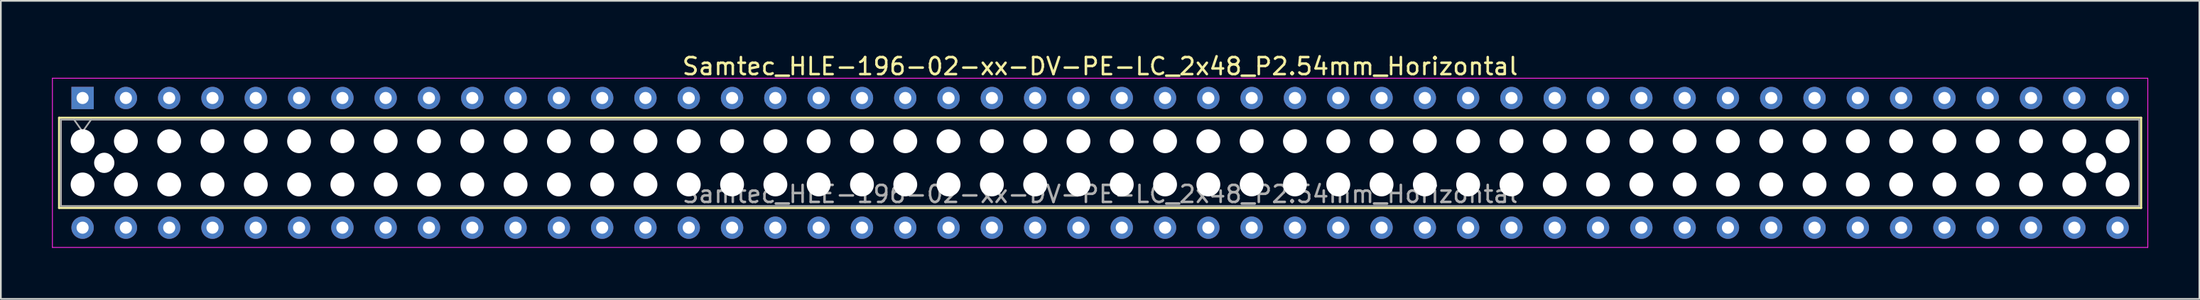
<source format=kicad_pcb>
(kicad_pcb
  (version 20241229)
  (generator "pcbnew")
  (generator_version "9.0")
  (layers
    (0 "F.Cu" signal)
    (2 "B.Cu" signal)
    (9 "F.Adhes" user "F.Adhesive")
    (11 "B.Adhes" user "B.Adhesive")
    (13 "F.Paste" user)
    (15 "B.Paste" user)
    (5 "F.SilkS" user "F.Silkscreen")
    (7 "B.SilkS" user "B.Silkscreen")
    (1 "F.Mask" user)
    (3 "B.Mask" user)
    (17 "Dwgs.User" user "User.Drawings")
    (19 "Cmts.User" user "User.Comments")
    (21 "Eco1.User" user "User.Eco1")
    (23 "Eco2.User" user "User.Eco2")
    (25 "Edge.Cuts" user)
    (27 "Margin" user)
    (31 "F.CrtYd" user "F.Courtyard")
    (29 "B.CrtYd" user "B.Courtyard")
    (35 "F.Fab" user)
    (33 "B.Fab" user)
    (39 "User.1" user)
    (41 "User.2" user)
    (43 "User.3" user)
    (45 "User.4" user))
  (footprint "Samtec_HLE-196-02-xx-DV-PE-LC_2x48_P2.54mm_Horizontal"
    (layer "F.Cu")
    (at 1.795 2.708)
    (property "Reference" "Samtec_HLE-196-02-xx-DV-PE-LC_2x48_P2.54mm_Horizontal" (at 59.69 -1.86 0) (layer "F.SilkS") (effects (font (size 1 1) (thickness 0.15))))
    (attr through_hole)
    (fp_line (start -1.38 1.16) (end 120.76 1.16) (stroke (width 0.12) (type solid)) (layer "F.SilkS"))
    (fp_line (start -1.38 6.46) (end -1.38 1.16) (stroke (width 0.12) (type solid)) (layer "F.SilkS"))
    (fp_line (start 120.76 1.16) (end 120.76 6.46) (stroke (width 0.12) (type solid)) (layer "F.SilkS"))
    (fp_line (start 120.76 6.46) (end -1.38 6.46) (stroke (width 0.12) (type solid)) (layer "F.SilkS"))
    (fp_line (start -1.77 -1.16) (end 121.15 -1.16) (stroke (width 0.05) (type solid)) (layer "F.CrtYd"))
    (fp_line (start -1.77 8.78) (end -1.77 -1.16) (stroke (width 0.05) (type solid)) (layer "F.CrtYd"))
    (fp_line (start 121.15 -1.16) (end 121.15 8.78) (stroke (width 0.05) (type solid)) (layer "F.CrtYd"))
    (fp_line (start 121.15 8.78) (end -1.77 8.78) (stroke (width 0.05) (type solid)) (layer "F.CrtYd"))
    (fp_line (start -1.27 1.27) (end 120.65 1.27) (stroke (width 0.1) (type solid)) (layer "F.Fab"))
    (fp_line (start -1.27 6.35) (end -1.27 1.27) (stroke (width 0.1) (type solid)) (layer "F.Fab"))
    (fp_line (start -0.5 1.27) (end 0 1.977) (stroke (width 0.1) (type solid)) (layer "F.Fab"))
    (fp_line (start 0 1.977) (end 0.5 1.27) (stroke (width 0.1) (type solid)) (layer "F.Fab"))
    (fp_line (start 120.65 1.27) (end 120.65 6.35) (stroke (width 0.1) (type solid)) (layer "F.Fab"))
    (fp_line (start 120.65 6.35) (end -1.27 6.35) (stroke (width 0.1) (type solid)) (layer "F.Fab"))
    (fp_text user "${REFERENCE}" (at 59.69 5.65 0) (layer "F.Fab") (effects (font (size 1 1) (thickness 0.15))))
    (pad "" np_thru_hole circle (at 0 2.54) (size 1.4 1.4) (drill 1.4) (layers "*.Cu" "*.Mask"))
    (pad "" np_thru_hole circle (at 0 5.08) (size 1.4 1.4) (drill 1.4) (layers "*.Cu" "*.Mask"))
    (pad "" np_thru_hole circle (at 1.27 3.81) (size 1.19 1.19) (drill 1.19) (layers "*.Cu" "*.Mask"))
    (pad "" np_thru_hole circle (at 2.54 2.54) (size 1.4 1.4) (drill 1.4) (layers "*.Cu" "*.Mask"))
    (pad "" np_thru_hole circle (at 2.54 5.08) (size 1.4 1.4) (drill 1.4) (layers "*.Cu" "*.Mask"))
    (pad "" np_thru_hole circle (at 5.08 2.54) (size 1.4 1.4) (drill 1.4) (layers "*.Cu" "*.Mask"))
    (pad "" np_thru_hole circle (at 5.08 5.08) (size 1.4 1.4) (drill 1.4) (layers "*.Cu" "*.Mask"))
    (pad "" np_thru_hole circle (at 7.62 2.54) (size 1.4 1.4) (drill 1.4) (layers "*.Cu" "*.Mask"))
    (pad "" np_thru_hole circle (at 7.62 5.08) (size 1.4 1.4) (drill 1.4) (layers "*.Cu" "*.Mask"))
    (pad "" np_thru_hole circle (at 10.16 2.54) (size 1.4 1.4) (drill 1.4) (layers "*.Cu" "*.Mask"))
    (pad "" np_thru_hole circle (at 10.16 5.08) (size 1.4 1.4) (drill 1.4) (layers "*.Cu" "*.Mask"))
    (pad "" np_thru_hole circle (at 12.7 2.54) (size 1.4 1.4) (drill 1.4) (layers "*.Cu" "*.Mask"))
    (pad "" np_thru_hole circle (at 12.7 5.08) (size 1.4 1.4) (drill 1.4) (layers "*.Cu" "*.Mask"))
    (pad "" np_thru_hole circle (at 15.24 2.54) (size 1.4 1.4) (drill 1.4) (layers "*.Cu" "*.Mask"))
    (pad "" np_thru_hole circle (at 15.24 5.08) (size 1.4 1.4) (drill 1.4) (layers "*.Cu" "*.Mask"))
    (pad "" np_thru_hole circle (at 17.78 2.54) (size 1.4 1.4) (drill 1.4) (layers "*.Cu" "*.Mask"))
    (pad "" np_thru_hole circle (at 17.78 5.08) (size 1.4 1.4) (drill 1.4) (layers "*.Cu" "*.Mask"))
    (pad "" np_thru_hole circle (at 20.32 2.54) (size 1.4 1.4) (drill 1.4) (layers "*.Cu" "*.Mask"))
    (pad "" np_thru_hole circle (at 20.32 5.08) (size 1.4 1.4) (drill 1.4) (layers "*.Cu" "*.Mask"))
    (pad "" np_thru_hole circle (at 22.86 2.54) (size 1.4 1.4) (drill 1.4) (layers "*.Cu" "*.Mask"))
    (pad "" np_thru_hole circle (at 22.86 5.08) (size 1.4 1.4) (drill 1.4) (layers "*.Cu" "*.Mask"))
    (pad "" np_thru_hole circle (at 25.4 2.54) (size 1.4 1.4) (drill 1.4) (layers "*.Cu" "*.Mask"))
    (pad "" np_thru_hole circle (at 25.4 5.08) (size 1.4 1.4) (drill 1.4) (layers "*.Cu" "*.Mask"))
    (pad "" np_thru_hole circle (at 27.94 2.54) (size 1.4 1.4) (drill 1.4) (layers "*.Cu" "*.Mask"))
    (pad "" np_thru_hole circle (at 27.94 5.08) (size 1.4 1.4) (drill 1.4) (layers "*.Cu" "*.Mask"))
    (pad "" np_thru_hole circle (at 30.48 2.54) (size 1.4 1.4) (drill 1.4) (layers "*.Cu" "*.Mask"))
    (pad "" np_thru_hole circle (at 30.48 5.08) (size 1.4 1.4) (drill 1.4) (layers "*.Cu" "*.Mask"))
    (pad "" np_thru_hole circle (at 33.02 2.54) (size 1.4 1.4) (drill 1.4) (layers "*.Cu" "*.Mask"))
    (pad "" np_thru_hole circle (at 33.02 5.08) (size 1.4 1.4) (drill 1.4) (layers "*.Cu" "*.Mask"))
    (pad "" np_thru_hole circle (at 35.56 2.54) (size 1.4 1.4) (drill 1.4) (layers "*.Cu" "*.Mask"))
    (pad "" np_thru_hole circle (at 35.56 5.08) (size 1.4 1.4) (drill 1.4) (layers "*.Cu" "*.Mask"))
    (pad "" np_thru_hole circle (at 38.1 2.54) (size 1.4 1.4) (drill 1.4) (layers "*.Cu" "*.Mask"))
    (pad "" np_thru_hole circle (at 38.1 5.08) (size 1.4 1.4) (drill 1.4) (layers "*.Cu" "*.Mask"))
    (pad "" np_thru_hole circle (at 40.64 2.54) (size 1.4 1.4) (drill 1.4) (layers "*.Cu" "*.Mask"))
    (pad "" np_thru_hole circle (at 40.64 5.08) (size 1.4 1.4) (drill 1.4) (layers "*.Cu" "*.Mask"))
    (pad "" np_thru_hole circle (at 43.18 2.54) (size 1.4 1.4) (drill 1.4) (layers "*.Cu" "*.Mask"))
    (pad "" np_thru_hole circle (at 43.18 5.08) (size 1.4 1.4) (drill 1.4) (layers "*.Cu" "*.Mask"))
    (pad "" np_thru_hole circle (at 45.72 2.54) (size 1.4 1.4) (drill 1.4) (layers "*.Cu" "*.Mask"))
    (pad "" np_thru_hole circle (at 45.72 5.08) (size 1.4 1.4) (drill 1.4) (layers "*.Cu" "*.Mask"))
    (pad "" np_thru_hole circle (at 48.26 2.54) (size 1.4 1.4) (drill 1.4) (layers "*.Cu" "*.Mask"))
    (pad "" np_thru_hole circle (at 48.26 5.08) (size 1.4 1.4) (drill 1.4) (layers "*.Cu" "*.Mask"))
    (pad "" np_thru_hole circle (at 50.8 2.54) (size 1.4 1.4) (drill 1.4) (layers "*.Cu" "*.Mask"))
    (pad "" np_thru_hole circle (at 50.8 5.08) (size 1.4 1.4) (drill 1.4) (layers "*.Cu" "*.Mask"))
    (pad "" np_thru_hole circle (at 53.34 2.54) (size 1.4 1.4) (drill 1.4) (layers "*.Cu" "*.Mask"))
    (pad "" np_thru_hole circle (at 53.34 5.08) (size 1.4 1.4) (drill 1.4) (layers "*.Cu" "*.Mask"))
    (pad "" np_thru_hole circle (at 55.88 2.54) (size 1.4 1.4) (drill 1.4) (layers "*.Cu" "*.Mask"))
    (pad "" np_thru_hole circle (at 55.88 5.08) (size 1.4 1.4) (drill 1.4) (layers "*.Cu" "*.Mask"))
    (pad "" np_thru_hole circle (at 58.42 2.54) (size 1.4 1.4) (drill 1.4) (layers "*.Cu" "*.Mask"))
    (pad "" np_thru_hole circle (at 58.42 5.08) (size 1.4 1.4) (drill 1.4) (layers "*.Cu" "*.Mask"))
    (pad "" np_thru_hole circle (at 60.96 2.54) (size 1.4 1.4) (drill 1.4) (layers "*.Cu" "*.Mask"))
    (pad "" np_thru_hole circle (at 60.96 5.08) (size 1.4 1.4) (drill 1.4) (layers "*.Cu" "*.Mask"))
    (pad "" np_thru_hole circle (at 63.5 2.54) (size 1.4 1.4) (drill 1.4) (layers "*.Cu" "*.Mask"))
    (pad "" np_thru_hole circle (at 63.5 5.08) (size 1.4 1.4) (drill 1.4) (layers "*.Cu" "*.Mask"))
    (pad "" np_thru_hole circle (at 66.04 2.54) (size 1.4 1.4) (drill 1.4) (layers "*.Cu" "*.Mask"))
    (pad "" np_thru_hole circle (at 66.04 5.08) (size 1.4 1.4) (drill 1.4) (layers "*.Cu" "*.Mask"))
    (pad "" np_thru_hole circle (at 68.58 2.54) (size 1.4 1.4) (drill 1.4) (layers "*.Cu" "*.Mask"))
    (pad "" np_thru_hole circle (at 68.58 5.08) (size 1.4 1.4) (drill 1.4) (layers "*.Cu" "*.Mask"))
    (pad "" np_thru_hole circle (at 71.12 2.54) (size 1.4 1.4) (drill 1.4) (layers "*.Cu" "*.Mask"))
    (pad "" np_thru_hole circle (at 71.12 5.08) (size 1.4 1.4) (drill 1.4) (layers "*.Cu" "*.Mask"))
    (pad "" np_thru_hole circle (at 73.66 2.54) (size 1.4 1.4) (drill 1.4) (layers "*.Cu" "*.Mask"))
    (pad "" np_thru_hole circle (at 73.66 5.08) (size 1.4 1.4) (drill 1.4) (layers "*.Cu" "*.Mask"))
    (pad "" np_thru_hole circle (at 76.2 2.54) (size 1.4 1.4) (drill 1.4) (layers "*.Cu" "*.Mask"))
    (pad "" np_thru_hole circle (at 76.2 5.08) (size 1.4 1.4) (drill 1.4) (layers "*.Cu" "*.Mask"))
    (pad "" np_thru_hole circle (at 78.74 2.54) (size 1.4 1.4) (drill 1.4) (layers "*.Cu" "*.Mask"))
    (pad "" np_thru_hole circle (at 78.74 5.08) (size 1.4 1.4) (drill 1.4) (layers "*.Cu" "*.Mask"))
    (pad "" np_thru_hole circle (at 81.28 2.54) (size 1.4 1.4) (drill 1.4) (layers "*.Cu" "*.Mask"))
    (pad "" np_thru_hole circle (at 81.28 5.08) (size 1.4 1.4) (drill 1.4) (layers "*.Cu" "*.Mask"))
    (pad "" np_thru_hole circle (at 83.82 2.54) (size 1.4 1.4) (drill 1.4) (layers "*.Cu" "*.Mask"))
    (pad "" np_thru_hole circle (at 83.82 5.08) (size 1.4 1.4) (drill 1.4) (layers "*.Cu" "*.Mask"))
    (pad "" np_thru_hole circle (at 86.36 2.54) (size 1.4 1.4) (drill 1.4) (layers "*.Cu" "*.Mask"))
    (pad "" np_thru_hole circle (at 86.36 5.08) (size 1.4 1.4) (drill 1.4) (layers "*.Cu" "*.Mask"))
    (pad "" np_thru_hole circle (at 88.9 2.54) (size 1.4 1.4) (drill 1.4) (layers "*.Cu" "*.Mask"))
    (pad "" np_thru_hole circle (at 88.9 5.08) (size 1.4 1.4) (drill 1.4) (layers "*.Cu" "*.Mask"))
    (pad "" np_thru_hole circle (at 91.44 2.54) (size 1.4 1.4) (drill 1.4) (layers "*.Cu" "*.Mask"))
    (pad "" np_thru_hole circle (at 91.44 5.08) (size 1.4 1.4) (drill 1.4) (layers "*.Cu" "*.Mask"))
    (pad "" np_thru_hole circle (at 93.98 2.54) (size 1.4 1.4) (drill 1.4) (layers "*.Cu" "*.Mask"))
    (pad "" np_thru_hole circle (at 93.98 5.08) (size 1.4 1.4) (drill 1.4) (layers "*.Cu" "*.Mask"))
    (pad "" np_thru_hole circle (at 96.52 2.54) (size 1.4 1.4) (drill 1.4) (layers "*.Cu" "*.Mask"))
    (pad "" np_thru_hole circle (at 96.52 5.08) (size 1.4 1.4) (drill 1.4) (layers "*.Cu" "*.Mask"))
    (pad "" np_thru_hole circle (at 99.06 2.54) (size 1.4 1.4) (drill 1.4) (layers "*.Cu" "*.Mask"))
    (pad "" np_thru_hole circle (at 99.06 5.08) (size 1.4 1.4) (drill 1.4) (layers "*.Cu" "*.Mask"))
    (pad "" np_thru_hole circle (at 101.6 2.54) (size 1.4 1.4) (drill 1.4) (layers "*.Cu" "*.Mask"))
    (pad "" np_thru_hole circle (at 101.6 5.08) (size 1.4 1.4) (drill 1.4) (layers "*.Cu" "*.Mask"))
    (pad "" np_thru_hole circle (at 104.14 2.54) (size 1.4 1.4) (drill 1.4) (layers "*.Cu" "*.Mask"))
    (pad "" np_thru_hole circle (at 104.14 5.08) (size 1.4 1.4) (drill 1.4) (layers "*.Cu" "*.Mask"))
    (pad "" np_thru_hole circle (at 106.68 2.54) (size 1.4 1.4) (drill 1.4) (layers "*.Cu" "*.Mask"))
    (pad "" np_thru_hole circle (at 106.68 5.08) (size 1.4 1.4) (drill 1.4) (layers "*.Cu" "*.Mask"))
    (pad "" np_thru_hole circle (at 109.22 2.54) (size 1.4 1.4) (drill 1.4) (layers "*.Cu" "*.Mask"))
    (pad "" np_thru_hole circle (at 109.22 5.08) (size 1.4 1.4) (drill 1.4) (layers "*.Cu" "*.Mask"))
    (pad "" np_thru_hole circle (at 111.76 2.54) (size 1.4 1.4) (drill 1.4) (layers "*.Cu" "*.Mask"))
    (pad "" np_thru_hole circle (at 111.76 5.08) (size 1.4 1.4) (drill 1.4) (layers "*.Cu" "*.Mask"))
    (pad "" np_thru_hole circle (at 114.3 2.54) (size 1.4 1.4) (drill 1.4) (layers "*.Cu" "*.Mask"))
    (pad "" np_thru_hole circle (at 114.3 5.08) (size 1.4 1.4) (drill 1.4) (layers "*.Cu" "*.Mask"))
    (pad "" np_thru_hole circle (at 116.84 2.54) (size 1.4 1.4) (drill 1.4) (layers "*.Cu" "*.Mask"))
    (pad "" np_thru_hole circle (at 116.84 5.08) (size 1.4 1.4) (drill 1.4) (layers "*.Cu" "*.Mask"))
    (pad "" np_thru_hole circle (at 118.11 3.81) (size 1.19 1.19) (drill 1.19) (layers "*.Cu" "*.Mask"))
    (pad "" np_thru_hole circle (at 119.38 2.54) (size 1.4 1.4) (drill 1.4) (layers "*.Cu" "*.Mask"))
    (pad "" np_thru_hole circle (at 119.38 5.08) (size 1.4 1.4) (drill 1.4) (layers "*.Cu" "*.Mask"))
    (pad "1" thru_hole rect (at 0 0) (size 1.31 1.31) (drill 0.71) (layers "*.Cu" "*.Mask"))
    (pad "2" thru_hole circle (at 0 7.62) (size 1.31 1.31) (drill 0.71) (layers "*.Cu" "*.Mask"))
    (pad "3" thru_hole circle (at 2.54 0) (size 1.31 1.31) (drill 0.71) (layers "*.Cu" "*.Mask"))
    (pad "4" thru_hole circle (at 2.54 7.62) (size 1.31 1.31) (drill 0.71) (layers "*.Cu" "*.Mask"))
    (pad "5" thru_hole circle (at 5.08 0) (size 1.31 1.31) (drill 0.71) (layers "*.Cu" "*.Mask"))
    (pad "6" thru_hole circle (at 5.08 7.62) (size 1.31 1.31) (drill 0.71) (layers "*.Cu" "*.Mask"))
    (pad "7" thru_hole circle (at 7.62 0) (size 1.31 1.31) (drill 0.71) (layers "*.Cu" "*.Mask"))
    (pad "8" thru_hole circle (at 7.62 7.62) (size 1.31 1.31) (drill 0.71) (layers "*.Cu" "*.Mask"))
    (pad "9" thru_hole circle (at 10.16 0) (size 1.31 1.31) (drill 0.71) (layers "*.Cu" "*.Mask"))
    (pad "10" thru_hole circle (at 10.16 7.62) (size 1.31 1.31) (drill 0.71) (layers "*.Cu" "*.Mask"))
    (pad "11" thru_hole circle (at 12.7 0) (size 1.31 1.31) (drill 0.71) (layers "*.Cu" "*.Mask"))
    (pad "12" thru_hole circle (at 12.7 7.62) (size 1.31 1.31) (drill 0.71) (layers "*.Cu" "*.Mask"))
    (pad "13" thru_hole circle (at 15.24 0) (size 1.31 1.31) (drill 0.71) (layers "*.Cu" "*.Mask"))
    (pad "14" thru_hole circle (at 15.24 7.62) (size 1.31 1.31) (drill 0.71) (layers "*.Cu" "*.Mask"))
    (pad "15" thru_hole circle (at 17.78 0) (size 1.31 1.31) (drill 0.71) (layers "*.Cu" "*.Mask"))
    (pad "16" thru_hole circle (at 17.78 7.62) (size 1.31 1.31) (drill 0.71) (layers "*.Cu" "*.Mask"))
    (pad "17" thru_hole circle (at 20.32 0) (size 1.31 1.31) (drill 0.71) (layers "*.Cu" "*.Mask"))
    (pad "18" thru_hole circle (at 20.32 7.62) (size 1.31 1.31) (drill 0.71) (layers "*.Cu" "*.Mask"))
    (pad "19" thru_hole circle (at 22.86 0) (size 1.31 1.31) (drill 0.71) (layers "*.Cu" "*.Mask"))
    (pad "20" thru_hole circle (at 22.86 7.62) (size 1.31 1.31) (drill 0.71) (layers "*.Cu" "*.Mask"))
    (pad "21" thru_hole circle (at 25.4 0) (size 1.31 1.31) (drill 0.71) (layers "*.Cu" "*.Mask"))
    (pad "22" thru_hole circle (at 25.4 7.62) (size 1.31 1.31) (drill 0.71) (layers "*.Cu" "*.Mask"))
    (pad "23" thru_hole circle (at 27.94 0) (size 1.31 1.31) (drill 0.71) (layers "*.Cu" "*.Mask"))
    (pad "24" thru_hole circle (at 27.94 7.62) (size 1.31 1.31) (drill 0.71) (layers "*.Cu" "*.Mask"))
    (pad "25" thru_hole circle (at 30.48 0) (size 1.31 1.31) (drill 0.71) (layers "*.Cu" "*.Mask"))
    (pad "26" thru_hole circle (at 30.48 7.62) (size 1.31 1.31) (drill 0.71) (layers "*.Cu" "*.Mask"))
    (pad "27" thru_hole circle (at 33.02 0) (size 1.31 1.31) (drill 0.71) (layers "*.Cu" "*.Mask"))
    (pad "28" thru_hole circle (at 33.02 7.62) (size 1.31 1.31) (drill 0.71) (layers "*.Cu" "*.Mask"))
    (pad "29" thru_hole circle (at 35.56 0) (size 1.31 1.31) (drill 0.71) (layers "*.Cu" "*.Mask"))
    (pad "30" thru_hole circle (at 35.56 7.62) (size 1.31 1.31) (drill 0.71) (layers "*.Cu" "*.Mask"))
    (pad "31" thru_hole circle (at 38.1 0) (size 1.31 1.31) (drill 0.71) (layers "*.Cu" "*.Mask"))
    (pad "32" thru_hole circle (at 38.1 7.62) (size 1.31 1.31) (drill 0.71) (layers "*.Cu" "*.Mask"))
    (pad "33" thru_hole circle (at 40.64 0) (size 1.31 1.31) (drill 0.71) (layers "*.Cu" "*.Mask"))
    (pad "34" thru_hole circle (at 40.64 7.62) (size 1.31 1.31) (drill 0.71) (layers "*.Cu" "*.Mask"))
    (pad "35" thru_hole circle (at 43.18 0) (size 1.31 1.31) (drill 0.71) (layers "*.Cu" "*.Mask"))
    (pad "36" thru_hole circle (at 43.18 7.62) (size 1.31 1.31) (drill 0.71) (layers "*.Cu" "*.Mask"))
    (pad "37" thru_hole circle (at 45.72 0) (size 1.31 1.31) (drill 0.71) (layers "*.Cu" "*.Mask"))
    (pad "38" thru_hole circle (at 45.72 7.62) (size 1.31 1.31) (drill 0.71) (layers "*.Cu" "*.Mask"))
    (pad "39" thru_hole circle (at 48.26 0) (size 1.31 1.31) (drill 0.71) (layers "*.Cu" "*.Mask"))
    (pad "40" thru_hole circle (at 48.26 7.62) (size 1.31 1.31) (drill 0.71) (layers "*.Cu" "*.Mask"))
    (pad "41" thru_hole circle (at 50.8 0) (size 1.31 1.31) (drill 0.71) (layers "*.Cu" "*.Mask"))
    (pad "42" thru_hole circle (at 50.8 7.62) (size 1.31 1.31) (drill 0.71) (layers "*.Cu" "*.Mask"))
    (pad "43" thru_hole circle (at 53.34 0) (size 1.31 1.31) (drill 0.71) (layers "*.Cu" "*.Mask"))
    (pad "44" thru_hole circle (at 53.34 7.62) (size 1.31 1.31) (drill 0.71) (layers "*.Cu" "*.Mask"))
    (pad "45" thru_hole circle (at 55.88 0) (size 1.31 1.31) (drill 0.71) (layers "*.Cu" "*.Mask"))
    (pad "46" thru_hole circle (at 55.88 7.62) (size 1.31 1.31) (drill 0.71) (layers "*.Cu" "*.Mask"))
    (pad "47" thru_hole circle (at 58.42 0) (size 1.31 1.31) (drill 0.71) (layers "*.Cu" "*.Mask"))
    (pad "48" thru_hole circle (at 58.42 7.62) (size 1.31 1.31) (drill 0.71) (layers "*.Cu" "*.Mask"))
    (pad "49" thru_hole circle (at 60.96 0) (size 1.31 1.31) (drill 0.71) (layers "*.Cu" "*.Mask"))
    (pad "50" thru_hole circle (at 60.96 7.62) (size 1.31 1.31) (drill 0.71) (layers "*.Cu" "*.Mask"))
    (pad "51" thru_hole circle (at 63.5 0) (size 1.31 1.31) (drill 0.71) (layers "*.Cu" "*.Mask"))
    (pad "52" thru_hole circle (at 63.5 7.62) (size 1.31 1.31) (drill 0.71) (layers "*.Cu" "*.Mask"))
    (pad "53" thru_hole circle (at 66.04 0) (size 1.31 1.31) (drill 0.71) (layers "*.Cu" "*.Mask"))
    (pad "54" thru_hole circle (at 66.04 7.62) (size 1.31 1.31) (drill 0.71) (layers "*.Cu" "*.Mask"))
    (pad "55" thru_hole circle (at 68.58 0) (size 1.31 1.31) (drill 0.71) (layers "*.Cu" "*.Mask"))
    (pad "56" thru_hole circle (at 68.58 7.62) (size 1.31 1.31) (drill 0.71) (layers "*.Cu" "*.Mask"))
    (pad "57" thru_hole circle (at 71.12 0) (size 1.31 1.31) (drill 0.71) (layers "*.Cu" "*.Mask"))
    (pad "58" thru_hole circle (at 71.12 7.62) (size 1.31 1.31) (drill 0.71) (layers "*.Cu" "*.Mask"))
    (pad "59" thru_hole circle (at 73.66 0) (size 1.31 1.31) (drill 0.71) (layers "*.Cu" "*.Mask"))
    (pad "60" thru_hole circle (at 73.66 7.62) (size 1.31 1.31) (drill 0.71) (layers "*.Cu" "*.Mask"))
    (pad "61" thru_hole circle (at 76.2 0) (size 1.31 1.31) (drill 0.71) (layers "*.Cu" "*.Mask"))
    (pad "62" thru_hole circle (at 76.2 7.62) (size 1.31 1.31) (drill 0.71) (layers "*.Cu" "*.Mask"))
    (pad "63" thru_hole circle (at 78.74 0) (size 1.31 1.31) (drill 0.71) (layers "*.Cu" "*.Mask"))
    (pad "64" thru_hole circle (at 78.74 7.62) (size 1.31 1.31) (drill 0.71) (layers "*.Cu" "*.Mask"))
    (pad "65" thru_hole circle (at 81.28 0) (size 1.31 1.31) (drill 0.71) (layers "*.Cu" "*.Mask"))
    (pad "66" thru_hole circle (at 81.28 7.62) (size 1.31 1.31) (drill 0.71) (layers "*.Cu" "*.Mask"))
    (pad "67" thru_hole circle (at 83.82 0) (size 1.31 1.31) (drill 0.71) (layers "*.Cu" "*.Mask"))
    (pad "68" thru_hole circle (at 83.82 7.62) (size 1.31 1.31) (drill 0.71) (layers "*.Cu" "*.Mask"))
    (pad "69" thru_hole circle (at 86.36 0) (size 1.31 1.31) (drill 0.71) (layers "*.Cu" "*.Mask"))
    (pad "70" thru_hole circle (at 86.36 7.62) (size 1.31 1.31) (drill 0.71) (layers "*.Cu" "*.Mask"))
    (pad "71" thru_hole circle (at 88.9 0) (size 1.31 1.31) (drill 0.71) (layers "*.Cu" "*.Mask"))
    (pad "72" thru_hole circle (at 88.9 7.62) (size 1.31 1.31) (drill 0.71) (layers "*.Cu" "*.Mask"))
    (pad "73" thru_hole circle (at 91.44 0) (size 1.31 1.31) (drill 0.71) (layers "*.Cu" "*.Mask"))
    (pad "74" thru_hole circle (at 91.44 7.62) (size 1.31 1.31) (drill 0.71) (layers "*.Cu" "*.Mask"))
    (pad "75" thru_hole circle (at 93.98 0) (size 1.31 1.31) (drill 0.71) (layers "*.Cu" "*.Mask"))
    (pad "76" thru_hole circle (at 93.98 7.62) (size 1.31 1.31) (drill 0.71) (layers "*.Cu" "*.Mask"))
    (pad "77" thru_hole circle (at 96.52 0) (size 1.31 1.31) (drill 0.71) (layers "*.Cu" "*.Mask"))
    (pad "78" thru_hole circle (at 96.52 7.62) (size 1.31 1.31) (drill 0.71) (layers "*.Cu" "*.Mask"))
    (pad "79" thru_hole circle (at 99.06 0) (size 1.31 1.31) (drill 0.71) (layers "*.Cu" "*.Mask"))
    (pad "80" thru_hole circle (at 99.06 7.62) (size 1.31 1.31) (drill 0.71) (layers "*.Cu" "*.Mask"))
    (pad "81" thru_hole circle (at 101.6 0) (size 1.31 1.31) (drill 0.71) (layers "*.Cu" "*.Mask"))
    (pad "82" thru_hole circle (at 101.6 7.62) (size 1.31 1.31) (drill 0.71) (layers "*.Cu" "*.Mask"))
    (pad "83" thru_hole circle (at 104.14 0) (size 1.31 1.31) (drill 0.71) (layers "*.Cu" "*.Mask"))
    (pad "84" thru_hole circle (at 104.14 7.62) (size 1.31 1.31) (drill 0.71) (layers "*.Cu" "*.Mask"))
    (pad "85" thru_hole circle (at 106.68 0) (size 1.31 1.31) (drill 0.71) (layers "*.Cu" "*.Mask"))
    (pad "86" thru_hole circle (at 106.68 7.62) (size 1.31 1.31) (drill 0.71) (layers "*.Cu" "*.Mask"))
    (pad "87" thru_hole circle (at 109.22 0) (size 1.31 1.31) (drill 0.71) (layers "*.Cu" "*.Mask"))
    (pad "88" thru_hole circle (at 109.22 7.62) (size 1.31 1.31) (drill 0.71) (layers "*.Cu" "*.Mask"))
    (pad "89" thru_hole circle (at 111.76 0) (size 1.31 1.31) (drill 0.71) (layers "*.Cu" "*.Mask"))
    (pad "90" thru_hole circle (at 111.76 7.62) (size 1.31 1.31) (drill 0.71) (layers "*.Cu" "*.Mask"))
    (pad "91" thru_hole circle (at 114.3 0) (size 1.31 1.31) (drill 0.71) (layers "*.Cu" "*.Mask"))
    (pad "92" thru_hole circle (at 114.3 7.62) (size 1.31 1.31) (drill 0.71) (layers "*.Cu" "*.Mask"))
    (pad "93" thru_hole circle (at 116.84 0) (size 1.31 1.31) (drill 0.71) (layers "*.Cu" "*.Mask"))
    (pad "94" thru_hole circle (at 116.84 7.62) (size 1.31 1.31) (drill 0.71) (layers "*.Cu" "*.Mask"))
    (pad "95" thru_hole circle (at 119.38 0) (size 1.31 1.31) (drill 0.71) (layers "*.Cu" "*.Mask"))
    (pad "96" thru_hole circle (at 119.38 7.62) (size 1.31 1.31) (drill 0.71) (layers "*.Cu" "*.Mask")))
  (gr_rect
    (start -3 -3)
    (end 125.97 14.513)
    (stroke (width 0.1) (type default))
    (fill no)
    (layer "Edge.Cuts")))
</source>
